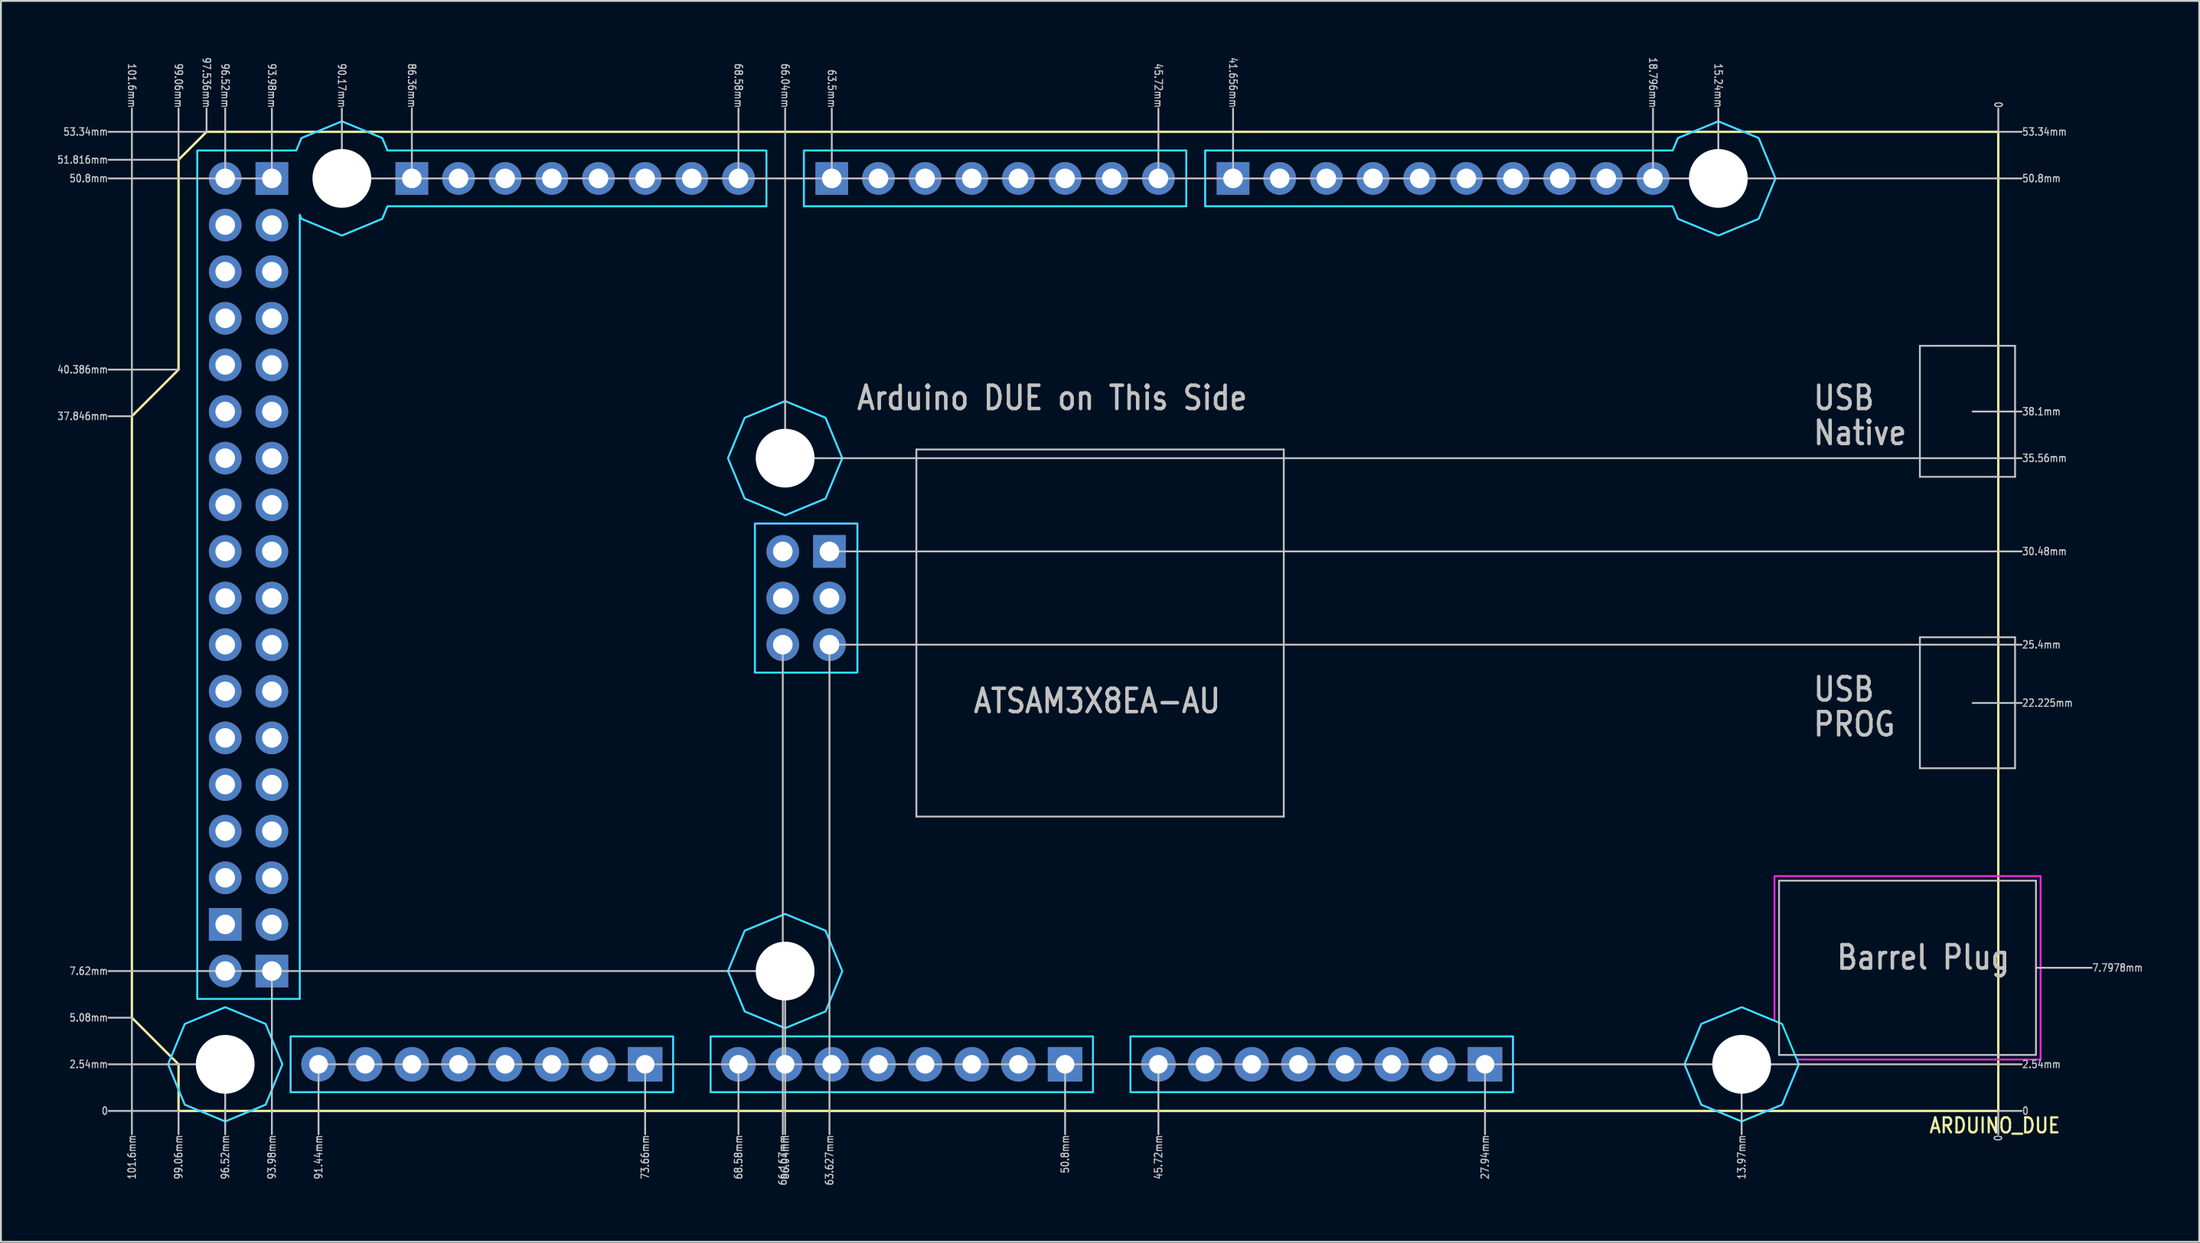
<source format=kicad_pcb>
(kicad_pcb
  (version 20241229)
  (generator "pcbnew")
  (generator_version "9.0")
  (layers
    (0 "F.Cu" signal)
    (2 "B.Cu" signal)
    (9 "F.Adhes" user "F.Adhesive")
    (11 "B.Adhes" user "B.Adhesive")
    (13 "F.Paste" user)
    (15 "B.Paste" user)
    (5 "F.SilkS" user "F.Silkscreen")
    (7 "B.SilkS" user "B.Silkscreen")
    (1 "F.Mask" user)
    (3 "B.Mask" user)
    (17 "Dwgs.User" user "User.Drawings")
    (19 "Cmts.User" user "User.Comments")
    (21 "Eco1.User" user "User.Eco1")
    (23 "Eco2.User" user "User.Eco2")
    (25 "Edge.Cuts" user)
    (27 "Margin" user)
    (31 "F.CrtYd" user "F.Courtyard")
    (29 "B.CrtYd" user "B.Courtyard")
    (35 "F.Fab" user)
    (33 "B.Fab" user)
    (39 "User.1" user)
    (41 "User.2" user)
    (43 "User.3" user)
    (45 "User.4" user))
  (footprint "ARDUINO_DUE"
    (layer "F.Cu")
    (at 105.73 57.47)
    (property "Reference" "ARDUINO_DUE" (at -3.81 1.27 0) (unlocked yes) (layer "F.SilkS") (effects (font (size 0.813 0.695) (thickness 0.122)) (justify left bottom)))
    (fp_circle (center -96.52 -2.54) (end -93.67 -2.54) (stroke (width 0) (type solid)) (fill yes) (layer "F.Mask"))
    (fp_circle (center -96.52 -2.54) (end -93.67 -2.54) (stroke (width 0) (type solid)) (fill yes) (layer "F.Mask"))
    (fp_circle (center -90.17 -50.8) (end -87.32 -50.8) (stroke (width 0) (type solid)) (fill yes) (layer "F.Mask"))
    (fp_circle (center -90.17 -50.8) (end -87.32 -50.8) (stroke (width 0) (type solid)) (fill yes) (layer "F.Mask"))
    (fp_circle (center -66.04 -35.56) (end -63.19 -35.56) (stroke (width 0) (type solid)) (fill yes) (layer "F.Mask"))
    (fp_circle (center -66.04 -35.56) (end -63.19 -35.56) (stroke (width 0) (type solid)) (fill yes) (layer "F.Mask"))
    (fp_circle (center -66.04 -7.62) (end -63.19 -7.62) (stroke (width 0) (type solid)) (fill yes) (layer "F.Mask"))
    (fp_circle (center -66.04 -7.62) (end -63.19 -7.62) (stroke (width 0) (type solid)) (fill yes) (layer "F.Mask"))
    (fp_circle (center -15.24 -50.8) (end -12.39 -50.8) (stroke (width 0) (type solid)) (fill yes) (layer "F.Mask"))
    (fp_circle (center -15.24 -50.8) (end -12.39 -50.8) (stroke (width 0) (type solid)) (fill yes) (layer "F.Mask"))
    (fp_circle (center -13.97 -2.54) (end -11.12 -2.54) (stroke (width 0) (type solid)) (fill yes) (layer "F.Mask"))
    (fp_circle (center -13.97 -2.54) (end -11.12 -2.54) (stroke (width 0) (type solid)) (fill yes) (layer "F.Mask"))
    (fp_circle (center -96.52 -2.54) (end -93.67 -2.54) (stroke (width 0) (type solid)) (fill yes) (layer "B.Mask"))
    (fp_circle (center -90.17 -50.8) (end -87.32 -50.8) (stroke (width 0) (type solid)) (fill yes) (layer "B.Mask"))
    (fp_circle (center -66.04 -35.56) (end -63.19 -35.56) (stroke (width 0) (type solid)) (fill yes) (layer "B.Mask"))
    (fp_circle (center -66.04 -7.62) (end -63.19 -7.62) (stroke (width 0) (type solid)) (fill yes) (layer "B.Mask"))
    (fp_circle (center -15.24 -50.8) (end -12.39 -50.8) (stroke (width 0) (type solid)) (fill yes) (layer "B.Mask"))
    (fp_circle (center -13.97 -2.54) (end -11.12 -2.54) (stroke (width 0) (type solid)) (fill yes) (layer "B.Mask"))
    (fp_line (start -101.6 -37.846) (end -101.6 -5.08) (stroke (width 0.127) (type solid)) (layer "F.SilkS"))
    (fp_line (start -101.6 -5.08) (end -99.06 -2.54) (stroke (width 0.127) (type solid)) (layer "F.SilkS"))
    (fp_line (start -99.06 -51.816) (end -99.06 -40.386) (stroke (width 0.127) (type solid)) (layer "F.SilkS"))
    (fp_line (start -99.06 -40.386) (end -101.6 -37.846) (stroke (width 0.127) (type solid)) (layer "F.SilkS"))
    (fp_line (start -99.06 -2.54) (end -99.06 0) (stroke (width 0.127) (type solid)) (layer "F.SilkS"))
    (fp_line (start -99.06 0) (end 0 0) (stroke (width 0.127) (type solid)) (layer "F.SilkS"))
    (fp_line (start -97.536 -53.34) (end -99.06 -51.816) (stroke (width 0.127) (type solid)) (layer "F.SilkS"))
    (fp_line (start 0 -53.34) (end -97.536 -53.34) (stroke (width 0.127) (type solid)) (layer "F.SilkS"))
    (fp_line (start 0 0) (end 0 -53.34) (stroke (width 0.127) (type solid)) (layer "F.SilkS"))
    (fp_line (start -101.6 -37.846) (end -102.87 -37.846) (stroke (width 0.1) (type solid)) (layer "Dwgs.User"))
    (fp_line (start -101.6 -37.846) (end -101.6 -54.61) (stroke (width 0.1) (type solid)) (layer "Dwgs.User"))
    (fp_line (start -101.6 -5.08) (end -102.87 -5.08) (stroke (width 0.1) (type solid)) (layer "Dwgs.User"))
    (fp_line (start -101.6 -5.08) (end -101.6 1.27) (stroke (width 0.1) (type solid)) (layer "Dwgs.User"))
    (fp_line (start -99.06 -51.816) (end -102.87 -51.816) (stroke (width 0.1) (type solid)) (layer "Dwgs.User"))
    (fp_line (start -99.06 -51.816) (end -99.06 -54.61) (stroke (width 0.1) (type solid)) (layer "Dwgs.User"))
    (fp_line (start -99.06 -40.386) (end -102.87 -40.386) (stroke (width 0.1) (type solid)) (layer "Dwgs.User"))
    (fp_line (start -99.06 0) (end -102.87 0) (stroke (width 0.1) (type solid)) (layer "Dwgs.User"))
    (fp_line (start -99.06 0) (end -99.06 1.27) (stroke (width 0.1) (type solid)) (layer "Dwgs.User"))
    (fp_line (start -97.536 -53.34) (end -102.87 -53.34) (stroke (width 0.1) (type solid)) (layer "Dwgs.User"))
    (fp_line (start -97.536 -53.34) (end -97.536 -54.61) (stroke (width 0.1) (type solid)) (layer "Dwgs.User"))
    (fp_line (start -96.52 -50.8) (end -102.87 -50.8) (stroke (width 0.1) (type solid)) (layer "Dwgs.User"))
    (fp_line (start -96.52 -50.8) (end -96.52 -54.61) (stroke (width 0.1) (type solid)) (layer "Dwgs.User"))
    (fp_line (start -96.52 -2.54) (end -102.87 -2.54) (stroke (width 0.1) (type solid)) (layer "Dwgs.User"))
    (fp_line (start -96.52 -2.54) (end -96.52 1.27) (stroke (width 0.1) (type solid)) (layer "Dwgs.User"))
    (fp_line (start -93.98 -50.8) (end -96.52 -50.8) (stroke (width 0.1) (type solid)) (layer "Dwgs.User"))
    (fp_line (start -93.98 -50.8) (end -93.98 -54.61) (stroke (width 0.1) (type solid)) (layer "Dwgs.User"))
    (fp_line (start -93.98 -7.62) (end -93.98 1.27) (stroke (width 0.1) (type solid)) (layer "Dwgs.User"))
    (fp_line (start -91.44 -2.54) (end -91.44 1.27) (stroke (width 0.1) (type solid)) (layer "Dwgs.User"))
    (fp_line (start -91.44 -2.54) (end -13.97 -2.54) (stroke (width 0.1) (type solid)) (layer "Dwgs.User"))
    (fp_line (start -90.17 -50.8) (end -90.17 -54.61) (stroke (width 0.1) (type solid)) (layer "Dwgs.User"))
    (fp_line (start -90.17 -50.8) (end -86.36 -50.8) (stroke (width 0.1) (type solid)) (layer "Dwgs.User"))
    (fp_line (start -86.36 -50.8) (end -86.36 -54.61) (stroke (width 0.1) (type solid)) (layer "Dwgs.User"))
    (fp_line (start -86.36 -50.8) (end -68.58 -50.8) (stroke (width 0.1) (type solid)) (layer "Dwgs.User"))
    (fp_line (start -73.66 -2.54) (end -73.66 1.27) (stroke (width 0.1) (type solid)) (layer "Dwgs.User"))
    (fp_line (start -68.58 -50.8) (end -68.58 -54.61) (stroke (width 0.1) (type solid)) (layer "Dwgs.User"))
    (fp_line (start -68.58 -50.8) (end -63.5 -50.8) (stroke (width 0.1) (type solid)) (layer "Dwgs.User"))
    (fp_line (start -68.58 -2.54) (end -68.58 1.27) (stroke (width 0.1) (type solid)) (layer "Dwgs.User"))
    (fp_line (start -66.167 -25.4) (end -66.167 1.27) (stroke (width 0.1) (type solid)) (layer "Dwgs.User"))
    (fp_line (start -66.04 -35.56) (end -66.04 -54.61) (stroke (width 0.1) (type solid)) (layer "Dwgs.User"))
    (fp_line (start -66.04 -35.56) (end 1.27 -35.56) (stroke (width 0.1) (type solid)) (layer "Dwgs.User"))
    (fp_line (start -66.04 -7.62) (end -102.87 -7.62) (stroke (width 0.1) (type solid)) (layer "Dwgs.User"))
    (fp_line (start -66.04 -7.62) (end -66.04 1.27) (stroke (width 0.1) (type solid)) (layer "Dwgs.User"))
    (fp_line (start -63.627 -25.4) (end -63.627 1.27) (stroke (width 0.1) (type solid)) (layer "Dwgs.User"))
    (fp_line (start -63.627 -25.4) (end 1.27 -25.4) (stroke (width 0.1) (type solid)) (layer "Dwgs.User"))
    (fp_line (start -63.5 -50.8) (end -63.5 -54.61) (stroke (width 0.1) (type solid)) (layer "Dwgs.User"))
    (fp_line (start -63.5 -50.8) (end -45.72 -50.8) (stroke (width 0.1) (type solid)) (layer "Dwgs.User"))
    (fp_line (start -63.5 -30.48) (end 1.27 -30.48) (stroke (width 0.1) (type solid)) (layer "Dwgs.User"))
    (fp_line (start -58.895 -36.035) (end -58.895 -16.035) (stroke (width 0.1) (type solid)) (layer "Dwgs.User"))
    (fp_line (start -58.895 -16.035) (end -38.895 -16.035) (stroke (width 0.1) (type solid)) (layer "Dwgs.User"))
    (fp_line (start -50.8 -2.54) (end -50.8 1.27) (stroke (width 0.1) (type solid)) (layer "Dwgs.User"))
    (fp_line (start -45.72 -50.8) (end -45.72 -54.61) (stroke (width 0.1) (type solid)) (layer "Dwgs.User"))
    (fp_line (start -45.72 -50.8) (end -41.656 -50.8) (stroke (width 0.1) (type solid)) (layer "Dwgs.User"))
    (fp_line (start -45.72 -2.54) (end -45.72 1.27) (stroke (width 0.1) (type solid)) (layer "Dwgs.User"))
    (fp_line (start -41.656 -50.8) (end -41.656 -54.61) (stroke (width 0.1) (type solid)) (layer "Dwgs.User"))
    (fp_line (start -41.656 -50.8) (end -18.796 -50.8) (stroke (width 0.1) (type solid)) (layer "Dwgs.User"))
    (fp_line (start -38.895 -36.035) (end -58.895 -36.035) (stroke (width 0.1) (type solid)) (layer "Dwgs.User"))
    (fp_line (start -38.895 -16.035) (end -38.895 -36.035) (stroke (width 0.1) (type solid)) (layer "Dwgs.User"))
    (fp_line (start -27.94 -2.54) (end -27.94 1.27) (stroke (width 0.1) (type solid)) (layer "Dwgs.User"))
    (fp_line (start -18.796 -50.8) (end -18.796 -54.61) (stroke (width 0.1) (type solid)) (layer "Dwgs.User"))
    (fp_line (start -18.796 -50.8) (end -15.24 -50.8) (stroke (width 0.1) (type solid)) (layer "Dwgs.User"))
    (fp_line (start -15.24 -50.8) (end -15.24 -54.61) (stroke (width 0.1) (type solid)) (layer "Dwgs.User"))
    (fp_line (start -15.24 -50.8) (end 1.27 -50.8) (stroke (width 0.1) (type solid)) (layer "Dwgs.User"))
    (fp_line (start -13.97 -2.54) (end -13.97 1.27) (stroke (width 0.1) (type solid)) (layer "Dwgs.User"))
    (fp_line (start -13.97 -2.54) (end 1.27 -2.54) (stroke (width 0.1) (type solid)) (layer "Dwgs.User"))
    (fp_line (start -11.934 -12.544) (end -11.934 -3.052) (stroke (width 0.1) (type solid)) (layer "Dwgs.User"))
    (fp_line (start -11.934 -3.052) (end 2.053 -3.052) (stroke (width 0.1) (type solid)) (layer "Dwgs.User"))
    (fp_line (start -4.267 -41.681) (end 0.914 -41.681) (stroke (width 0.1) (type solid)) (layer "Dwgs.User"))
    (fp_line (start -4.267 -34.544) (end -4.267 -41.681) (stroke (width 0.1) (type solid)) (layer "Dwgs.User"))
    (fp_line (start -4.267 -25.806) (end 0.914 -25.806) (stroke (width 0.1) (type solid)) (layer "Dwgs.User"))
    (fp_line (start -4.267 -18.669) (end -4.267 -25.806) (stroke (width 0.1) (type solid)) (layer "Dwgs.User"))
    (fp_line (start 0 -53.34) (end 0 -54.61) (stroke (width 0.1) (type solid)) (layer "Dwgs.User"))
    (fp_line (start 0 -53.34) (end 1.27 -53.34) (stroke (width 0.1) (type solid)) (layer "Dwgs.User"))
    (fp_line (start 0 0) (end 0 1.27) (stroke (width 0.1) (type solid)) (layer "Dwgs.User"))
    (fp_line (start 0 0) (end 1.27 0) (stroke (width 0.1) (type solid)) (layer "Dwgs.User"))
    (fp_line (start 0.914 -41.681) (end 0.914 -34.544) (stroke (width 0.1) (type solid)) (layer "Dwgs.User"))
    (fp_line (start 0.914 -34.544) (end -4.267 -34.544) (stroke (width 0.1) (type solid)) (layer "Dwgs.User"))
    (fp_line (start 0.914 -25.806) (end 0.914 -18.669) (stroke (width 0.1) (type solid)) (layer "Dwgs.User"))
    (fp_line (start 0.914 -18.669) (end -4.267 -18.669) (stroke (width 0.1) (type solid)) (layer "Dwgs.User"))
    (fp_line (start 1.27 -38.1) (end -1.397 -38.1) (stroke (width 0.1) (type solid)) (layer "Dwgs.User"))
    (fp_line (start 1.27 -22.225) (end -1.397 -22.225) (stroke (width 0.1) (type solid)) (layer "Dwgs.User"))
    (fp_line (start 2.053 -12.544) (end -11.934 -12.544) (stroke (width 0.1) (type solid)) (layer "Dwgs.User"))
    (fp_line (start 2.053 -3.052) (end 2.053 -12.544) (stroke (width 0.1) (type solid)) (layer "Dwgs.User"))
    (fp_line (start 5.08 -7.798) (end 2.053 -7.798) (stroke (width 0.1) (type solid)) (layer "Dwgs.User"))
    (fp_poly (pts (xy -72.14 -4.06) (xy -92.96 -4.06) (xy -92.96 -1.02) (xy -72.14 -1.02)) (stroke (width 0.1) (type solid)) (fill no) (layer "B.CrtYd"))
    (fp_poly (pts (xy -62.107 -32) (xy -67.687 -32) (xy -67.687 -23.88) (xy -62.107 -23.88)) (stroke (width 0.1) (type solid)) (fill no) (layer "B.CrtYd"))
    (fp_poly (pts (xy -49.28 -4.06) (xy -70.1 -4.06) (xy -70.1 -1.02) (xy -49.28 -1.02)) (stroke (width 0.1) (type solid)) (fill no) (layer "B.CrtYd"))
    (fp_poly (pts (xy -44.2 -52.32) (xy -65.02 -52.32) (xy -65.02 -49.28) (xy -44.2 -49.28)) (stroke (width 0.1) (type solid)) (fill no) (layer "B.CrtYd"))
    (fp_poly (pts (xy -26.42 -4.06) (xy -47.24 -4.06) (xy -47.24 -1.02) (xy -26.42 -1.02)) (stroke (width 0.1) (type solid)) (fill no) (layer "B.CrtYd"))
    (fp_poly (pts (xy -99.632 -2.54) (xy -98.72 -4.74) (xy -96.52 -5.652) (xy -94.32 -4.74) (xy -93.408 -2.54) (xy -94.32 -0.34) (xy -96.52 0.572) (xy -98.72 -0.34)) (stroke (width 0.1) (type solid)) (fill no) (layer "B.CrtYd"))
    (fp_poly (pts (xy -69.152 -35.56) (xy -68.24 -37.76) (xy -66.04 -38.672) (xy -63.84 -37.76) (xy -62.928 -35.56) (xy -63.84 -33.36) (xy -66.04 -32.448) (xy -68.24 -33.36)) (stroke (width 0.1) (type solid)) (fill no) (layer "B.CrtYd"))
    (fp_poly (pts (xy -69.152 -7.62) (xy -68.24 -9.82) (xy -66.04 -10.732) (xy -63.84 -9.82) (xy -62.928 -7.62) (xy -63.84 -5.42) (xy -66.04 -4.508) (xy -68.24 -5.42)) (stroke (width 0.1) (type solid)) (fill no) (layer "B.CrtYd"))
    (fp_poly (pts (xy -17.082 -2.54) (xy -16.17 -4.74) (xy -13.97 -5.652) (xy -11.77 -4.74) (xy -10.858 -2.54) (xy -11.77 -0.34) (xy -13.97 0.572) (xy -16.17 -0.34)) (stroke (width 0.1) (type solid)) (fill no) (layer "B.CrtYd"))
    (fp_poly (pts (xy -17.722 -52.32) (xy -17.44 -53) (xy -15.24 -53.912) (xy -13.04 -53) (xy -12.128 -50.8) (xy -13.04 -48.6) (xy -15.24 -47.688) (xy -17.44 -48.6) (xy -17.722 -49.28) (xy -43.176 -49.28) (xy -43.176 -52.32)) (stroke (width 0.1) (type solid)) (fill no) (layer "B.CrtYd"))
    (fp_poly (pts (xy -92.652 -52.32) (xy -92.37 -53) (xy -90.17 -53.912) (xy -87.97 -53) (xy -87.688 -52.32) (xy -67.06 -52.32) (xy -67.06 -49.28) (xy -87.688 -49.28) (xy -87.97 -48.6) (xy -90.17 -47.688) (xy -92.37 -48.6) (xy -92.46 -48.816) (xy -92.46 -6.1) (xy -98.04 -6.1) (xy -98.04 -52.32)) (stroke (width 0.1) (type solid)) (fill no) (layer "B.CrtYd"))
    (fp_poly (pts (xy -72.14 -4.06) (xy -92.96 -4.06) (xy -92.96 -1.02) (xy -72.14 -1.02)) (stroke (width 0.1) (type solid)) (fill no) (layer "F.CrtYd"))
    (fp_poly (pts (xy -62.107 -32) (xy -67.687 -32) (xy -67.687 -23.88) (xy -62.107 -23.88)) (stroke (width 0.1) (type solid)) (fill no) (layer "F.CrtYd"))
    (fp_poly (pts (xy -49.28 -4.06) (xy -70.1 -4.06) (xy -70.1 -1.02) (xy -49.28 -1.02)) (stroke (width 0.1) (type solid)) (fill no) (layer "F.CrtYd"))
    (fp_poly (pts (xy -44.2 -52.32) (xy -65.02 -52.32) (xy -65.02 -49.28) (xy -44.2 -49.28)) (stroke (width 0.1) (type solid)) (fill no) (layer "F.CrtYd"))
    (fp_poly (pts (xy -26.42 -4.06) (xy -47.24 -4.06) (xy -47.24 -1.02) (xy -26.42 -1.02)) (stroke (width 0.1) (type solid)) (fill no) (layer "F.CrtYd"))
    (fp_poly (pts (xy -99.632 -2.54) (xy -98.72 -4.74) (xy -96.52 -5.652) (xy -94.32 -4.74) (xy -93.408 -2.54) (xy -94.32 -0.34) (xy -96.52 0.572) (xy -98.72 -0.34)) (stroke (width 0.1) (type solid)) (fill no) (layer "F.CrtYd"))
    (fp_poly (pts (xy -69.152 -35.56) (xy -68.24 -37.76) (xy -66.04 -38.672) (xy -63.84 -37.76) (xy -62.928 -35.56) (xy -63.84 -33.36) (xy -66.04 -32.448) (xy -68.24 -33.36)) (stroke (width 0.1) (type solid)) (fill no) (layer "F.CrtYd"))
    (fp_poly (pts (xy -69.152 -7.62) (xy -68.24 -9.82) (xy -66.04 -10.732) (xy -63.84 -9.82) (xy -62.928 -7.62) (xy -63.84 -5.42) (xy -66.04 -4.508) (xy -68.24 -5.42)) (stroke (width 0.1) (type solid)) (fill no) (layer "F.CrtYd"))
    (fp_poly (pts (xy -17.722 -52.32) (xy -17.44 -53) (xy -15.24 -53.912) (xy -13.04 -53) (xy -12.128 -50.8) (xy -13.04 -48.6) (xy -15.24 -47.688) (xy -17.44 -48.6) (xy -17.722 -49.28) (xy -43.176 -49.28) (xy -43.176 -52.32)) (stroke (width 0.1) (type solid)) (fill no) (layer "F.CrtYd"))
    (fp_poly (pts (xy -17.082 -2.54) (xy -16.17 -4.74) (xy -13.97 -5.652) (xy -12.184 -4.912) (xy -12.184 -12.794) (xy 2.303 -12.794) (xy 2.303 -2.802) (xy -10.967 -2.802) (xy -10.858 -2.54) (xy -11.77 -0.34) (xy -13.97 0.572) (xy -16.17 -0.34)) (stroke (width 0.1) (type solid)) (fill no) (layer "F.CrtYd"))
    (fp_poly (pts (xy -92.652 -52.32) (xy -92.37 -53) (xy -90.17 -53.912) (xy -87.97 -53) (xy -87.688 -52.32) (xy -67.06 -52.32) (xy -67.06 -49.28) (xy -87.688 -49.28) (xy -87.97 -48.6) (xy -90.17 -47.688) (xy -92.37 -48.6) (xy -92.46 -48.816) (xy -92.46 -6.1) (xy -98.04 -6.1) (xy -98.04 -52.32)) (stroke (width 0.1) (type solid)) (fill no) (layer "F.CrtYd"))
    (fp_text user "Barrel Plug" (at -8.89 -7.62 0) (unlocked yes) (layer "Dwgs.User") (effects (font (size 1.27 1.086) (thickness 0.191)) (justify left bottom)))
    (fp_text user "45.72mm" (at -45.72 -54.61 270) (unlocked yes) (layer "Dwgs.User") (effects (font (size 0.406 0.347) (thickness 0.061)) (justify right)))
    (fp_text user "0" (at 1.27 0 0) (unlocked yes) (layer "Dwgs.User") (effects (font (size 0.406 0.347) (thickness 0.061)) (justify right mirror)))
    (fp_text user "53.34mm" (at -102.87 -53.34 0) (unlocked yes) (layer "Dwgs.User") (effects (font (size 0.406 0.347) (thickness 0.061)) (justify right)))
    (fp_text user "ATSAM3X8EA-AU" (at -55.88 -21.59 0) (unlocked yes) (layer "Dwgs.User") (effects (font (size 1.27 1.086) (thickness 0.191)) (justify left bottom)))
    (fp_text user "15.24mm" (at -15.24 -54.61 270) (unlocked yes) (layer "Dwgs.User") (effects (font (size 0.406 0.347) (thickness 0.061)) (justify right)))
    (fp_text user "2.54mm" (at -102.87 -2.54 0) (unlocked yes) (layer "Dwgs.User") (effects (font (size 0.406 0.347) (thickness 0.061)) (justify right)))
    (fp_text user "USB" (at -10.16 -22.225 0) (unlocked yes) (layer "Dwgs.User") (effects (font (size 1.27 1.086) (thickness 0.191)) (justify left bottom)))
    (fp_text user "30.48mm" (at 1.27 -30.48 0) (unlocked yes) (layer "Dwgs.User") (effects (font (size 0.406 0.347) (thickness 0.061)) (justify left)))
    (fp_text user "38.1mm" (at 1.27 -38.1 0) (unlocked yes) (layer "Dwgs.User") (effects (font (size 0.406 0.347) (thickness 0.061)) (justify left)))
    (fp_text user "45.72mm" (at -45.72 1.27 90) (unlocked yes) (layer "Dwgs.User") (effects (font (size 0.406 0.347) (thickness 0.061)) (justify right)))
    (fp_text user "66.04mm" (at -66.04 1.27 90) (unlocked yes) (layer "Dwgs.User") (effects (font (size 0.406 0.347) (thickness 0.061)) (justify right)))
    (fp_text user "99.06mm" (at -99.06 -54.61 270) (unlocked yes) (layer "Dwgs.User") (effects (font (size 0.406 0.347) (thickness 0.061)) (justify right)))
    (fp_text user "37.846mm" (at -102.87 -37.846 0) (unlocked yes) (layer "Dwgs.User") (effects (font (size 0.406 0.347) (thickness 0.061)) (justify right)))
    (fp_text user "2.54mm" (at 1.27 -2.54 0) (unlocked yes) (layer "Dwgs.User") (effects (font (size 0.406 0.347) (thickness 0.061)) (justify left)))
    (fp_text user "66.167mm" (at -66.167 1.27 90) (unlocked yes) (layer "Dwgs.User") (effects (font (size 0.406 0.347) (thickness 0.061)) (justify right)))
    (fp_text user "96.52mm" (at -96.52 1.27 90) (unlocked yes) (layer "Dwgs.User") (effects (font (size 0.406 0.347) (thickness 0.061)) (justify right)))
    (fp_text user "27.94mm" (at -27.94 1.27 90) (unlocked yes) (layer "Dwgs.User") (effects (font (size 0.406 0.347) (thickness 0.061)) (justify right)))
    (fp_text user "93.98mm" (at -93.98 1.27 90) (unlocked yes) (layer "Dwgs.User") (effects (font (size 0.406 0.347) (thickness 0.061)) (justify right)))
    (fp_text user "96.52mm" (at -96.52 -54.61 270) (unlocked yes) (layer "Dwgs.User") (effects (font (size 0.406 0.347) (thickness 0.061)) (justify right)))
    (fp_text user "90.17mm" (at -90.17 -54.61 270) (unlocked yes) (layer "Dwgs.User") (effects (font (size 0.406 0.347) (thickness 0.061)) (justify right)))
    (fp_text user "51.816mm" (at -102.87 -51.816 0) (unlocked yes) (layer "Dwgs.User") (effects (font (size 0.406 0.347) (thickness 0.061)) (justify right)))
    (fp_text user "63.627mm" (at -63.627 1.27 90) (unlocked yes) (layer "Dwgs.User") (effects (font (size 0.406 0.347) (thickness 0.061)) (justify right)))
    (fp_text user "91.44mm" (at -91.44 1.27 90) (unlocked yes) (layer "Dwgs.User") (effects (font (size 0.406 0.347) (thickness 0.061)) (justify right)))
    (fp_text user "35.56mm" (at 1.27 -35.56 0) (unlocked yes) (layer "Dwgs.User") (effects (font (size 0.406 0.347) (thickness 0.061)) (justify left)))
    (fp_text user "18.796mm" (at -18.796 -54.61 270) (unlocked yes) (layer "Dwgs.User") (effects (font (size 0.406 0.347) (thickness 0.061)) (justify right)))
    (fp_text user "0" (at 0 1.27 90) (unlocked yes) (layer "Dwgs.User") (effects (font (size 0.406 0.347) (thickness 0.061)) (justify right)))
    (fp_text user "40.386mm" (at -102.87 -40.386 0) (unlocked yes) (layer "Dwgs.User") (effects (font (size 0.406 0.347) (thickness 0.061)) (justify right)))
    (fp_text user "101.6mm" (at -101.6 -54.61 270) (unlocked yes) (layer "Dwgs.User") (effects (font (size 0.406 0.347) (thickness 0.061)) (justify right)))
    (fp_text user "PROG" (at -10.16 -20.32 0) (unlocked yes) (layer "Dwgs.User") (effects (font (size 1.27 1.086) (thickness 0.191)) (justify left bottom)))
    (fp_text user "0" (at -102.87 0 0) (unlocked yes) (layer "Dwgs.User") (effects (font (size 0.406 0.347) (thickness 0.061)) (justify right)))
    (fp_text user "Arduino DUE on This Side" (at -62.23 -38.1 0) (unlocked yes) (layer "Dwgs.User") (effects (font (size 1.27 1.086) (thickness 0.191)) (justify left bottom)))
    (fp_text user "0" (at 0 -54.61 270) (unlocked yes) (layer "Dwgs.User") (effects (font (size 0.406 0.347) (thickness 0.061)) (justify right)))
    (fp_text user "13.97mm" (at -13.97 1.27 90) (unlocked yes) (layer "Dwgs.User") (effects (font (size 0.406 0.347) (thickness 0.061)) (justify right)))
    (fp_text user "7.7978mm" (at 5.08 -7.798 0) (unlocked yes) (layer "Dwgs.User") (effects (font (size 0.406 0.347) (thickness 0.061)) (justify left)))
    (fp_text user "7.62mm" (at -102.87 -7.62 0) (unlocked yes) (layer "Dwgs.User") (effects (font (size 0.406 0.347) (thickness 0.061)) (justify right)))
    (fp_text user "Native" (at -10.16 -36.195 0) (unlocked yes) (layer "Dwgs.User") (effects (font (size 1.27 1.086) (thickness 0.191)) (justify left bottom)))
    (fp_text user "5.08mm" (at -102.87 -5.08 0) (unlocked yes) (layer "Dwgs.User") (effects (font (size 0.406 0.347) (thickness 0.061)) (justify right)))
    (fp_text user "99.06mm" (at -99.06 1.27 90) (unlocked yes) (layer "Dwgs.User") (effects (font (size 0.406 0.347) (thickness 0.061)) (justify right)))
    (fp_text user "50.8mm" (at -50.8 1.27 90) (unlocked yes) (layer "Dwgs.User") (effects (font (size 0.406 0.347) (thickness 0.061)) (justify right)))
    (fp_text user "68.58mm" (at -68.58 1.27 90) (unlocked yes) (layer "Dwgs.User") (effects (font (size 0.406 0.347) (thickness 0.061)) (justify right)))
    (fp_text user "101.6mm" (at -101.6 1.27 90) (unlocked yes) (layer "Dwgs.User") (effects (font (size 0.406 0.347) (thickness 0.061)) (justify right)))
    (fp_text user "97.536mm" (at -97.536 -54.61 270) (unlocked yes) (layer "Dwgs.User") (effects (font (size 0.406 0.347) (thickness 0.061)) (justify right)))
    (fp_text user "50.8mm" (at -102.87 -50.8 0) (unlocked yes) (layer "Dwgs.User") (effects (font (size 0.406 0.347) (thickness 0.061)) (justify right)))
    (fp_text user "22.225mm" (at 1.27 -22.225 0) (unlocked yes) (layer "Dwgs.User") (effects (font (size 0.406 0.347) (thickness 0.061)) (justify left)))
    (fp_text user "63.5mm" (at -63.5 -54.61 270) (unlocked yes) (layer "Dwgs.User") (effects (font (size 0.406 0.347) (thickness 0.061)) (justify right)))
    (fp_text user "66.04mm" (at -66.04 -54.61 270) (unlocked yes) (layer "Dwgs.User") (effects (font (size 0.406 0.347) (thickness 0.061)) (justify right)))
    (fp_text user "73.66mm" (at -73.66 1.27 90) (unlocked yes) (layer "Dwgs.User") (effects (font (size 0.406 0.347) (thickness 0.061)) (justify right)))
    (fp_text user "41.656mm" (at -41.656 -54.61 270) (unlocked yes) (layer "Dwgs.User") (effects (font (size 0.406 0.347) (thickness 0.061)) (justify right)))
    (fp_text user "53.34mm" (at 1.27 -53.34 0) (unlocked yes) (layer "Dwgs.User") (effects (font (size 0.406 0.347) (thickness 0.061)) (justify left)))
    (fp_text user "86.36mm" (at -86.36 -54.61 270) (unlocked yes) (layer "Dwgs.User") (effects (font (size 0.406 0.347) (thickness 0.061)) (justify right)))
    (fp_text user "50.8mm" (at 1.27 -50.8 0) (unlocked yes) (layer "Dwgs.User") (effects (font (size 0.406 0.347) (thickness 0.061)) (justify left)))
    (fp_text user "USB" (at -10.16 -38.1 0) (unlocked yes) (layer "Dwgs.User") (effects (font (size 1.27 1.086) (thickness 0.191)) (justify left bottom)))
    (fp_text user "93.98mm" (at -93.98 -54.61 270) (unlocked yes) (layer "Dwgs.User") (effects (font (size 0.406 0.347) (thickness 0.061)) (justify right)))
    (fp_text user "68.58mm" (at -68.58 -54.61 270) (unlocked yes) (layer "Dwgs.User") (effects (font (size 0.406 0.347) (thickness 0.061)) (justify right)))
    (fp_text user "25.4mm" (at 1.27 -25.4 0) (unlocked yes) (layer "Dwgs.User") (effects (font (size 0.406 0.347) (thickness 0.061)) (justify left)))
    (pad "" np_thru_hole circle (at -96.52 -2.54) (size 3.2 3.2) (drill 3.2) (layers "*.Cu" "*.Mask"))
    (pad "" np_thru_hole circle (at -90.17 -50.8) (size 3.2 3.2) (drill 3.2) (layers "*.Cu" "*.Mask"))
    (pad "" np_thru_hole circle (at -66.04 -35.56) (size 3.2 3.2) (drill 3.2) (layers "*.Cu" "*.Mask"))
    (pad "" np_thru_hole circle (at -66.04 -7.62) (size 3.2 3.2) (drill 3.2) (layers "*.Cu" "*.Mask"))
    (pad "" np_thru_hole circle (at -15.24 -50.8) (size 3.2 3.2) (drill 3.2) (layers "*.Cu" "*.Mask"))
    (pad "" np_thru_hole circle (at -13.97 -2.54) (size 3.2 3.2) (drill 3.2) (layers "*.Cu" "*.Mask"))
    (pad "0" thru_hole rect (at -63.5 -50.8 270) (size 1.778 1.778) (drill 1.067) (layers "*.Cu" "*.Mask"))
    (pad "1" thru_hole oval (at -60.96 -50.8 270) (size 1.778 1.778) (drill 1.067) (layers "*.Cu" "*.Mask"))
    (pad "2" thru_hole oval (at -58.42 -50.8 270) (size 1.778 1.778) (drill 1.067) (layers "*.Cu" "*.Mask"))
    (pad "3" thru_hole oval (at -55.88 -50.8 270) (size 1.778 1.778) (drill 1.067) (layers "*.Cu" "*.Mask"))
    (pad "3V3" thru_hole oval (at -35.56 -2.54 90) (size 1.88 1.88) (drill 1.016) (layers "*.Cu" "*.Mask"))
    (pad "4" thru_hole oval (at -53.34 -50.8 270) (size 1.778 1.778) (drill 1.067) (layers "*.Cu" "*.Mask"))
    (pad "5" thru_hole oval (at -50.8 -50.8 270) (size 1.778 1.778) (drill 1.067) (layers "*.Cu" "*.Mask"))
    (pad "5V0" thru_hole oval (at -38.1 -2.54 90) (size 1.88 1.88) (drill 1.016) (layers "*.Cu" "*.Mask"))
    (pad "5V0_1" thru_hole rect (at -93.98 -50.8 90) (size 1.778 1.778) (drill 1.067) (layers "*.Cu" "*.Mask"))
    (pad "5V0_2" thru_hole oval (at -96.52 -50.8 90) (size 1.778 1.778) (drill 1.067) (layers "*.Cu" "*.Mask"))
    (pad "5V_2" thru_hole oval (at -66.167 -30.48 180) (size 1.778 1.778) (drill 1.067) (layers "*.Cu" "*.Mask"))
    (pad "6" thru_hole oval (at -48.26 -50.8 270) (size 1.778 1.778) (drill 1.067) (layers "*.Cu" "*.Mask"))
    (pad "7" thru_hole oval (at -45.72 -50.8 270) (size 1.778 1.778) (drill 1.067) (layers "*.Cu" "*.Mask"))
    (pad "8" thru_hole rect (at -41.656 -50.8 270) (size 1.778 1.778) (drill 1.067) (layers "*.Cu" "*.Mask"))
    (pad "9" thru_hole oval (at -39.116 -50.8 270) (size 1.778 1.778) (drill 1.067) (layers "*.Cu" "*.Mask"))
    (pad "10" thru_hole oval (at -36.576 -50.8 270) (size 1.778 1.778) (drill 1.067) (layers "*.Cu" "*.Mask"))
    (pad "11" thru_hole oval (at -34.036 -50.8 270) (size 1.778 1.778) (drill 1.067) (layers "*.Cu" "*.Mask"))
    (pad "12" thru_hole oval (at -31.496 -50.8 270) (size 1.778 1.778) (drill 1.067) (layers "*.Cu" "*.Mask"))
    (pad "13" thru_hole oval (at -28.956 -50.8 270) (size 1.778 1.778) (drill 1.067) (layers "*.Cu" "*.Mask"))
    (pad "14" thru_hole oval (at -68.58 -50.8 270) (size 1.778 1.778) (drill 1.067) (layers "*.Cu" "*.Mask"))
    (pad "15" thru_hole oval (at -71.12 -50.8 270) (size 1.778 1.778) (drill 1.067) (layers "*.Cu" "*.Mask"))
    (pad "16" thru_hole oval (at -73.66 -50.8 270) (size 1.778 1.778) (drill 1.067) (layers "*.Cu" "*.Mask"))
    (pad "17" thru_hole oval (at -76.2 -50.8 270) (size 1.778 1.778) (drill 1.067) (layers "*.Cu" "*.Mask"))
    (pad "18" thru_hole oval (at -78.74 -50.8 270) (size 1.778 1.778) (drill 1.067) (layers "*.Cu" "*.Mask"))
    (pad "19" thru_hole oval (at -81.28 -50.8 270) (size 1.778 1.778) (drill 1.067) (layers "*.Cu" "*.Mask"))
    (pad "20" thru_hole oval (at -83.82 -50.8 270) (size 1.778 1.778) (drill 1.067) (layers "*.Cu" "*.Mask"))
    (pad "21" thru_hole rect (at -86.36 -50.8 270) (size 1.778 1.778) (drill 1.067) (layers "*.Cu" "*.Mask"))
    (pad "22" thru_hole oval (at -93.98 -48.26) (size 1.778 1.778) (drill 1.067) (layers "*.Cu" "*.Mask"))
    (pad "23" thru_hole oval (at -96.52 -48.26) (size 1.778 1.778) (drill 1.067) (layers "*.Cu" "*.Mask"))
    (pad "24" thru_hole oval (at -93.98 -45.72) (size 1.778 1.778) (drill 1.067) (layers "*.Cu" "*.Mask"))
    (pad "25" thru_hole oval (at -96.52 -45.72) (size 1.778 1.778) (drill 1.067) (layers "*.Cu" "*.Mask"))
    (pad "26" thru_hole oval (at -93.98 -43.18) (size 1.778 1.778) (drill 1.067) (layers "*.Cu" "*.Mask"))
    (pad "27" thru_hole oval (at -96.52 -43.18) (size 1.778 1.778) (drill 1.067) (layers "*.Cu" "*.Mask"))
    (pad "28" thru_hole oval (at -93.98 -40.64) (size 1.778 1.778) (drill 1.067) (layers "*.Cu" "*.Mask"))
    (pad "29" thru_hole oval (at -96.52 -40.64) (size 1.778 1.778) (drill 1.067) (layers "*.Cu" "*.Mask"))
    (pad "30" thru_hole oval (at -93.98 -38.1) (size 1.778 1.778) (drill 1.067) (layers "*.Cu" "*.Mask"))
    (pad "31" thru_hole oval (at -96.52 -38.1) (size 1.778 1.778) (drill 1.067) (layers "*.Cu" "*.Mask"))
    (pad "32" thru_hole oval (at -93.98 -35.56) (size 1.778 1.778) (drill 1.067) (layers "*.Cu" "*.Mask"))
    (pad "33" thru_hole oval (at -96.52 -35.56) (size 1.778 1.778) (drill 1.067) (layers "*.Cu" "*.Mask"))
    (pad "34" thru_hole oval (at -93.98 -33.02) (size 1.778 1.778) (drill 1.067) (layers "*.Cu" "*.Mask"))
    (pad "35" thru_hole oval (at -96.52 -33.02) (size 1.778 1.778) (drill 1.067) (layers "*.Cu" "*.Mask"))
    (pad "36" thru_hole oval (at -93.98 -30.48) (size 1.778 1.778) (drill 1.067) (layers "*.Cu" "*.Mask"))
    (pad "37" thru_hole oval (at -96.52 -30.48) (size 1.778 1.778) (drill 1.067) (layers "*.Cu" "*.Mask"))
    (pad "38" thru_hole oval (at -93.98 -27.94) (size 1.778 1.778) (drill 1.067) (layers "*.Cu" "*.Mask"))
    (pad "39" thru_hole oval (at -96.52 -27.94) (size 1.778 1.778) (drill 1.067) (layers "*.Cu" "*.Mask"))
    (pad "40" thru_hole oval (at -93.98 -25.4) (size 1.778 1.778) (drill 1.067) (layers "*.Cu" "*.Mask"))
    (pad "41" thru_hole oval (at -96.52 -25.4) (size 1.778 1.778) (drill 1.067) (layers "*.Cu" "*.Mask"))
    (pad "42" thru_hole oval (at -93.98 -22.86) (size 1.778 1.778) (drill 1.067) (layers "*.Cu" "*.Mask"))
    (pad "43" thru_hole oval (at -96.52 -22.86) (size 1.778 1.778) (drill 1.067) (layers "*.Cu" "*.Mask"))
    (pad "44" thru_hole oval (at -93.98 -20.32) (size 1.778 1.778) (drill 1.067) (layers "*.Cu" "*.Mask"))
    (pad "45" thru_hole oval (at -96.52 -20.32) (size 1.778 1.778) (drill 1.067) (layers "*.Cu" "*.Mask"))
    (pad "46" thru_hole oval (at -93.98 -17.78) (size 1.778 1.778) (drill 1.067) (layers "*.Cu" "*.Mask"))
    (pad "47" thru_hole oval (at -96.52 -17.78) (size 1.778 1.778) (drill 1.067) (layers "*.Cu" "*.Mask"))
    (pad "48" thru_hole oval (at -93.98 -15.24) (size 1.778 1.778) (drill 1.067) (layers "*.Cu" "*.Mask"))
    (pad "49" thru_hole oval (at -96.52 -15.24) (size 1.778 1.778) (drill 1.067) (layers "*.Cu" "*.Mask"))
    (pad "50" thru_hole oval (at -93.98 -12.7) (size 1.778 1.778) (drill 1.067) (layers "*.Cu" "*.Mask"))
    (pad "51" thru_hole oval (at -96.52 -12.7) (size 1.778 1.778) (drill 1.067) (layers "*.Cu" "*.Mask"))
    (pad "52" thru_hole oval (at -93.98 -10.16) (size 1.778 1.778) (drill 1.067) (layers "*.Cu" "*.Mask"))
    (pad "53" thru_hole rect (at -96.52 -10.16) (size 1.778 1.778) (drill 1.067) (layers "*.Cu" "*.Mask"))
    (pad "A0" thru_hole rect (at -50.8 -2.54 90) (size 1.88 1.88) (drill 1.016) (layers "*.Cu" "*.Mask"))
    (pad "A1" thru_hole oval (at -53.34 -2.54 90) (size 1.88 1.88) (drill 1.016) (layers "*.Cu" "*.Mask"))
    (pad "A2" thru_hole oval (at -55.88 -2.54 90) (size 1.88 1.88) (drill 1.016) (layers "*.Cu" "*.Mask"))
    (pad "A3" thru_hole oval (at -58.42 -2.54 90) (size 1.88 1.88) (drill 1.016) (layers "*.Cu" "*.Mask"))
    (pad "A4" thru_hole oval (at -60.96 -2.54 90) (size 1.88 1.88) (drill 1.016) (layers "*.Cu" "*.Mask"))
    (pad "A5" thru_hole oval (at -63.5 -2.54 90) (size 1.88 1.88) (drill 1.016) (layers "*.Cu" "*.Mask"))
    (pad "A6" thru_hole oval (at -66.04 -2.54 90) (size 1.88 1.88) (drill 1.016) (layers "*.Cu" "*.Mask"))
    (pad "A7" thru_hole oval (at -68.58 -2.54 90) (size 1.88 1.88) (drill 1.016) (layers "*.Cu" "*.Mask"))
    (pad "A8" thru_hole rect (at -73.66 -2.54 90) (size 1.88 1.88) (drill 1.016) (layers "*.Cu" "*.Mask"))
    (pad "A9" thru_hole oval (at -76.2 -2.54 90) (size 1.88 1.88) (drill 1.016) (layers "*.Cu" "*.Mask"))
    (pad "A10" thru_hole oval (at -78.74 -2.54 90) (size 1.88 1.88) (drill 1.016) (layers "*.Cu" "*.Mask"))
    (pad "A11" thru_hole oval (at -81.28 -2.54 90) (size 1.88 1.88) (drill 1.016) (layers "*.Cu" "*.Mask"))
    (pad "AREF" thru_hole oval (at -23.876 -50.8 270) (size 1.778 1.778) (drill 1.067) (layers "*.Cu" "*.Mask"))
    (pad "CANRX" thru_hole oval (at -88.9 -2.54 90) (size 1.88 1.88) (drill 1.016) (layers "*.Cu" "*.Mask"))
    (pad "CANTX" thru_hole oval (at -91.44 -2.54 90) (size 1.88 1.88) (drill 1.016) (layers "*.Cu" "*.Mask"))
    (pad "DAC0" thru_hole oval (at -83.82 -2.54 90) (size 1.88 1.88) (drill 1.016) (layers "*.Cu" "*.Mask"))
    (pad "DAC1" thru_hole oval (at -86.36 -2.54 90) (size 1.88 1.88) (drill 1.016) (layers "*.Cu" "*.Mask"))
    (pad "GND" thru_hole oval (at -40.64 -2.54 90) (size 1.88 1.88) (drill 1.016) (layers "*.Cu" "*.Mask"))
    (pad "GND_1" thru_hole oval (at -43.18 -2.54 90) (size 1.88 1.88) (drill 1.016) (layers "*.Cu" "*.Mask"))
    (pad "GND_2" thru_hole rect (at -93.98 -7.62 90) (size 1.778 1.778) (drill 1.067) (layers "*.Cu" "*.Mask"))
    (pad "GND_3" thru_hole oval (at -96.52 -7.62 90) (size 1.778 1.778) (drill 1.067) (layers "*.Cu" "*.Mask"))
    (pad "GND_4" thru_hole oval (at -26.416 -50.8 270) (size 1.778 1.778) (drill 1.067) (layers "*.Cu" "*.Mask"))
    (pad "GND_5" thru_hole oval (at -66.167 -25.4 180) (size 1.778 1.778) (drill 1.067) (layers "*.Cu" "*.Mask"))
    (pad "IOREF" thru_hole oval (at -30.48 -2.54 90) (size 1.88 1.88) (drill 1.016) (layers "*.Cu" "*.Mask"))
    (pad "MASTER_RESET_SPI" thru_hole oval (at -63.627 -25.4 180) (size 1.778 1.778) (drill 1.067) (layers "*.Cu" "*.Mask"))
    (pad "MISO" thru_hole rect (at -63.627 -30.48 180) (size 1.778 1.778) (drill 1.067) (layers "*.Cu" "*.Mask"))
    (pad "MOSI" thru_hole oval (at -66.167 -27.94 180) (size 1.778 1.778) (drill 1.067) (layers "*.Cu" "*.Mask"))
    (pad "NC_2" thru_hole rect (at -27.94 -2.54 90) (size 1.88 1.88) (drill 1.016) (layers "*.Cu" "*.Mask"))
    (pad "RESET" thru_hole oval (at -33.02 -2.54 90) (size 1.88 1.88) (drill 1.016) (layers "*.Cu" "*.Mask"))
    (pad "SCL1" thru_hole oval (at -18.796 -50.8 270) (size 1.778 1.778) (drill 1.067) (layers "*.Cu" "*.Mask"))
    (pad "SDA1" thru_hole oval (at -21.336 -50.8 270) (size 1.778 1.778) (drill 1.067) (layers "*.Cu" "*.Mask"))
    (pad "SPCK" thru_hole oval (at -63.627 -27.94 180) (size 1.778 1.778) (drill 1.067) (layers "*.Cu" "*.Mask"))
    (pad "VIN" thru_hole oval (at -45.72 -2.54 90) (size 1.88 1.88) (drill 1.016) (layers "*.Cu" "*.Mask")))
  (gr_rect
    (start -3 -3)
    (end 116.67 64.6)
    (stroke (width 0.1) (type default))
    (fill no)
    (layer "Edge.Cuts")))
</source>
